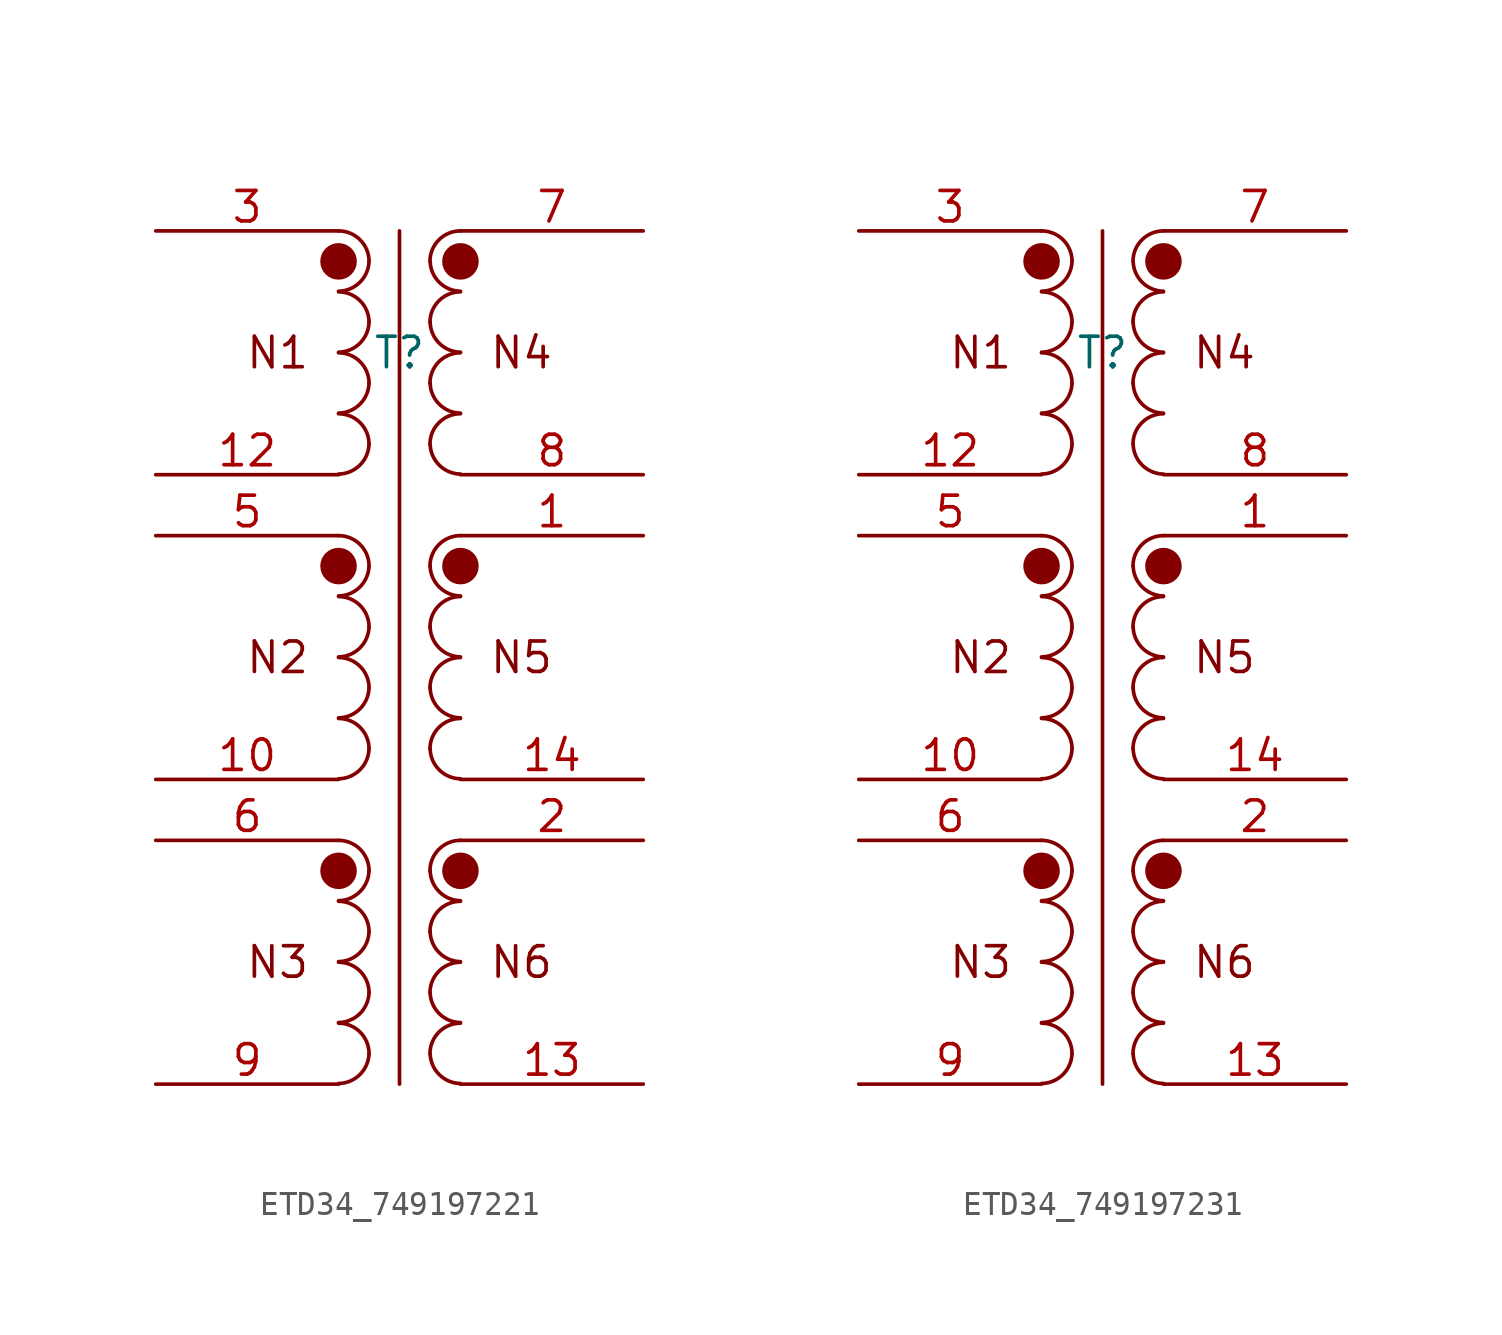
<source format=kicad_sym>
(kicad_symbol_lib
  (version 20220914)
  (generator kicad_symbol_editor)
  (symbol "ETD34_749197221"
    (pin_names hide)
    (property "Reference" "T"
      (at 0 12.7 0)
      (effects (font (size 1.27 1.27))))
    (property "Critical Parameter" ""
      (at 0 -5.08 0)
      (effects (font (size 1.27 1.27)) (justify left)))
    (symbol "ETD34_749197221_0_1"
      (arc (start -2.54 -17.7546) (mid -1.6561 -17.3863) (end -1.27 -16.51) (stroke (width 0) (type default)) (fill (type none)))
      (arc (start -2.54 -15.2146) (mid -1.6561 -14.8463) (end -1.27 -13.97) (stroke (width 0) (type default)) (fill (type none)))
      (arc (start -2.54 -12.6746) (mid -1.6561 -12.3063) (end -1.27 -11.43) (stroke (width 0) (type default)) (fill (type none)))
      (arc (start -2.54 -10.1346) (mid -1.6561 -9.7663) (end -1.27 -8.89) (stroke (width 0) (type default)) (fill (type none)))
      (arc (start -2.54 -5.0546) (mid -1.6561 -4.6863) (end -1.27 -3.81) (stroke (width 0) (type default)) (fill (type none)))
      (arc (start -2.54 -2.5146) (mid -1.6561 -2.1463) (end -1.27 -1.27) (stroke (width 0) (type default)) (fill (type none)))
      (arc (start -2.54 0.0254) (mid -1.6561 0.3937) (end -1.27 1.27) (stroke (width 0) (type default)) (fill (type none)))
      (arc (start -2.54 2.5654) (mid -1.6561 2.9337) (end -1.27 3.81) (stroke (width 0) (type default)) (fill (type none)))
      (arc (start -2.54 7.6454) (mid -1.6561 8.0137) (end -1.27 8.89) (stroke (width 0) (type default)) (fill (type none)))
      (arc (start -2.54 10.1854) (mid -1.6561 10.5537) (end -1.27 11.43) (stroke (width 0) (type default)) (fill (type none)))
      (arc (start -2.54 12.7254) (mid -1.6561 13.0937) (end -1.27 13.97) (stroke (width 0) (type default)) (fill (type none)))
      (arc (start -2.54 15.2654) (mid -1.6561 15.6337) (end -1.27 16.51) (stroke (width 0) (type default)) (fill (type none)))
      (arc (start -1.27 -16.51) (mid -1.642 -15.612) (end -2.54 -15.24) (stroke (width 0) (type default)) (fill (type none)))
      (arc (start -1.27 -13.97) (mid -1.642 -13.072) (end -2.54 -12.7) (stroke (width 0) (type default)) (fill (type none)))
      (arc (start -1.27 -11.43) (mid -1.642 -10.532) (end -2.54 -10.16) (stroke (width 0) (type default)) (fill (type none)))
      (arc (start -1.27 -8.89) (mid -1.642 -7.992) (end -2.54 -7.62) (stroke (width 0) (type default)) (fill (type none)))
      (arc (start -1.27 -3.81) (mid -1.642 -2.912) (end -2.54 -2.54) (stroke (width 0) (type default)) (fill (type none)))
      (arc (start -1.27 -1.27) (mid -1.642 -0.372) (end -2.54 0) (stroke (width 0) (type default)) (fill (type none)))
      (arc (start -1.27 1.27) (mid -1.642 2.168) (end -2.54 2.54) (stroke (width 0) (type default)) (fill (type none)))
      (arc (start -1.27 3.81) (mid -1.642 4.708) (end -2.54 5.08) (stroke (width 0) (type default)) (fill (type none)))
      (arc (start -1.27 8.89) (mid -1.642 9.788) (end -2.54 10.16) (stroke (width 0) (type default)) (fill (type none)))
      (arc (start -1.27 11.43) (mid -1.642 12.328) (end -2.54 12.7) (stroke (width 0) (type default)) (fill (type none)))
      (arc (start -1.27 13.97) (mid -1.642 14.868) (end -2.54 15.24) (stroke (width 0) (type default)) (fill (type none)))
      (arc (start -1.27 16.51) (mid -1.642 17.408) (end -2.54 17.78) (stroke (width 0) (type default)) (fill (type none)))
      (polyline (pts (xy 0 -17.78) (xy 0 17.78)) (stroke (width 0) (type default)) (fill (type none)))
      (arc (start 1.27 -16.51) (mid 1.6561 -17.3863) (end 2.54 -17.7546) (stroke (width 0) (type default)) (fill (type none)))
      (arc (start 1.27 -13.97) (mid 1.6561 -14.8463) (end 2.54 -15.2146) (stroke (width 0) (type default)) (fill (type none)))
      (arc (start 1.27 -11.43) (mid 1.6561 -12.3063) (end 2.54 -12.6746) (stroke (width 0) (type default)) (fill (type none)))
      (arc (start 1.27 -8.89) (mid 1.6561 -9.7663) (end 2.54 -10.1346) (stroke (width 0) (type default)) (fill (type none)))
      (arc (start 1.27 -3.81) (mid 1.6561 -4.6863) (end 2.54 -5.0546) (stroke (width 0) (type default)) (fill (type none)))
      (arc (start 1.27 -1.27) (mid 1.6561 -2.1463) (end 2.54 -2.5146) (stroke (width 0) (type default)) (fill (type none)))
      (arc (start 1.27 1.27) (mid 1.6561 0.3937) (end 2.54 0.0254) (stroke (width 0) (type default)) (fill (type none)))
      (arc (start 1.27 3.81) (mid 1.6561 2.9337) (end 2.54 2.5654) (stroke (width 0) (type default)) (fill (type none)))
      (arc (start 1.27 8.89) (mid 1.6561 8.0137) (end 2.54 7.6454) (stroke (width 0) (type default)) (fill (type none)))
      (arc (start 1.27 11.43) (mid 1.6561 10.5537) (end 2.54 10.1854) (stroke (width 0) (type default)) (fill (type none)))
      (arc (start 1.27 13.97) (mid 1.6561 13.0937) (end 2.54 12.7254) (stroke (width 0) (type default)) (fill (type none)))
      (arc (start 1.27 16.51) (mid 1.6561 15.6337) (end 2.54 15.2654) (stroke (width 0) (type default)) (fill (type none)))
      (arc (start 2.54 -15.24) (mid 1.642 -15.612) (end 1.27 -16.51) (stroke (width 0) (type default)) (fill (type none)))
      (arc (start 2.54 -12.7) (mid 1.642 -13.072) (end 1.27 -13.97) (stroke (width 0) (type default)) (fill (type none)))
      (arc (start 2.54 -10.16) (mid 1.642 -10.532) (end 1.27 -11.43) (stroke (width 0) (type default)) (fill (type none)))
      (arc (start 2.54 -7.62) (mid 1.642 -7.992) (end 1.27 -8.89) (stroke (width 0) (type default)) (fill (type none)))
      (arc (start 2.54 -2.54) (mid 1.642 -2.912) (end 1.27 -3.81) (stroke (width 0) (type default)) (fill (type none)))
      (arc (start 2.54 0) (mid 1.642 -0.372) (end 1.27 -1.27) (stroke (width 0) (type default)) (fill (type none)))
      (arc (start 2.54 2.54) (mid 1.642 2.168) (end 1.27 1.27) (stroke (width 0) (type default)) (fill (type none)))
      (arc (start 2.54 5.08) (mid 1.642 4.708) (end 1.27 3.81) (stroke (width 0) (type default)) (fill (type none)))
      (arc (start 2.54 10.16) (mid 1.642 9.788) (end 1.27 8.89) (stroke (width 0) (type default)) (fill (type none)))
      (arc (start 2.54 12.7) (mid 1.642 12.328) (end 1.27 11.43) (stroke (width 0) (type default)) (fill (type none)))
      (arc (start 2.54 15.24) (mid 1.642 14.868) (end 1.27 13.97) (stroke (width 0) (type default)) (fill (type none)))
      (arc (start 2.54 17.78) (mid 1.642 17.408) (end 1.27 16.51) (stroke (width 0) (type default)) (fill (type none))))
    (symbol "ETD34_749197221_1_1"
      (circle (center -2.54 -8.89) (radius 0.0001) (stroke (width 0.762) (type default)) (fill (type none)))
      (circle (center -2.54 3.81) (radius 0.0001) (stroke (width 0.762) (type default)) (fill (type none)))
      (circle (center -2.54 16.51) (radius 0.0001) (stroke (width 0.762) (type default)) (fill (type none)))
      (circle (center 2.54 -8.89) (radius 0.0001) (stroke (width 0.762) (type default)) (fill (type none)))
      (circle (center 2.54 3.81) (radius 0.0001) (stroke (width 0.762) (type default)) (fill (type none)))
      (circle (center 2.54 16.51) (radius 0.0001) (stroke (width 0.762) (type default)) (fill (type none)))
      (text "N1" (at -5.08 12.7 0) (effects (font (size 1.27 1.27))))
      (text "N2" (at -5.08 0 0) (effects (font (size 1.27 1.27))))
      (text "N3" (at -5.08 -12.7 0) (effects (font (size 1.27 1.27))))
      (text "N4" (at 5.08 12.7 0) (effects (font (size 1.27 1.27))))
      (text "N5" (at 5.08 0 0) (effects (font (size 1.27 1.27))))
      (text "N6" (at 5.08 -12.7 0) (effects (font (size 1.27 1.27))))
      (pin passive line (at -10.16 17.78 0) (length 7.62) (name "3" (effects (font (size 1.27 1.27)))) (number "3" (effects (font (size 1.27 1.27)))))
      (pin passive line (at -10.16 7.62 0) (length 7.62) (name "12" (effects (font (size 1.27 1.27)))) (number "12" (effects (font (size 1.27 1.27)))))
      (pin passive line (at -10.16 5.08 0) (length 7.62) (name "5" (effects (font (size 1.27 1.27)))) (number "5" (effects (font (size 1.27 1.27)))))
      (pin passive line (at -10.16 -5.08 0) (length 7.62) (name "10" (effects (font (size 1.27 1.27)))) (number "10" (effects (font (size 1.27 1.27)))))
      (pin passive line (at -10.16 -7.62 0) (length 7.62) (name "6" (effects (font (size 1.27 1.27)))) (number "6" (effects (font (size 1.27 1.27)))))
      (pin passive line (at -10.16 -17.78 0) (length 7.62) (name "9" (effects (font (size 1.27 1.27)))) (number "9" (effects (font (size 1.27 1.27)))))
      (pin passive line (at 10.16 -17.78 180) (length 7.62) (name "13" (effects (font (size 1.27 1.27)))) (number "13" (effects (font (size 1.27 1.27)))))
      (pin passive line (at 10.16 -7.62 180) (length 7.62) (name "2" (effects (font (size 1.27 1.27)))) (number "2" (effects (font (size 1.27 1.27)))))
      (pin passive line (at 10.16 -5.08 180) (length 7.62) (name "14" (effects (font (size 1.27 1.27)))) (number "14" (effects (font (size 1.27 1.27)))))
      (pin passive line (at 10.16 5.08 180) (length 7.62) (name "1" (effects (font (size 1.27 1.27)))) (number "1" (effects (font (size 1.27 1.27)))))
      (pin passive line (at 10.16 7.62 180) (length 7.62) (name "8" (effects (font (size 1.27 1.27)))) (number "8" (effects (font (size 1.27 1.27)))))
      (pin passive line (at 10.16 17.78 180) (length 7.62) (name "7" (effects (font (size 1.27 1.27)))) (number "7" (effects (font (size 1.27 1.27)))))))
  (symbol "ETD34_749197231"
    (pin_names hide)
    (property "Reference" "T"
      (at 0 12.7 0)
      (effects (font (size 1.27 1.27))))
    (property "Critical Parameter" ""
      (at 0 -5.08 0)
      (effects (font (size 1.27 1.27)) (justify left)))
    (symbol "ETD34_749197231_0_1"
      (arc (start -2.54 -17.7546) (mid -1.6561 -17.3863) (end -1.27 -16.51) (stroke (width 0) (type default)) (fill (type none)))
      (arc (start -2.54 -15.2146) (mid -1.6561 -14.8463) (end -1.27 -13.97) (stroke (width 0) (type default)) (fill (type none)))
      (arc (start -2.54 -12.6746) (mid -1.6561 -12.3063) (end -1.27 -11.43) (stroke (width 0) (type default)) (fill (type none)))
      (arc (start -2.54 -10.1346) (mid -1.6561 -9.7663) (end -1.27 -8.89) (stroke (width 0) (type default)) (fill (type none)))
      (arc (start -2.54 -5.0546) (mid -1.6561 -4.6863) (end -1.27 -3.81) (stroke (width 0) (type default)) (fill (type none)))
      (arc (start -2.54 -2.5146) (mid -1.6561 -2.1463) (end -1.27 -1.27) (stroke (width 0) (type default)) (fill (type none)))
      (arc (start -2.54 0.0254) (mid -1.6561 0.3937) (end -1.27 1.27) (stroke (width 0) (type default)) (fill (type none)))
      (arc (start -2.54 2.5654) (mid -1.6561 2.9337) (end -1.27 3.81) (stroke (width 0) (type default)) (fill (type none)))
      (arc (start -2.54 7.6454) (mid -1.6561 8.0137) (end -1.27 8.89) (stroke (width 0) (type default)) (fill (type none)))
      (arc (start -2.54 10.1854) (mid -1.6561 10.5537) (end -1.27 11.43) (stroke (width 0) (type default)) (fill (type none)))
      (arc (start -2.54 12.7254) (mid -1.6561 13.0937) (end -1.27 13.97) (stroke (width 0) (type default)) (fill (type none)))
      (arc (start -2.54 15.2654) (mid -1.6561 15.6337) (end -1.27 16.51) (stroke (width 0) (type default)) (fill (type none)))
      (arc (start -1.27 -16.51) (mid -1.642 -15.612) (end -2.54 -15.24) (stroke (width 0) (type default)) (fill (type none)))
      (arc (start -1.27 -13.97) (mid -1.642 -13.072) (end -2.54 -12.7) (stroke (width 0) (type default)) (fill (type none)))
      (arc (start -1.27 -11.43) (mid -1.642 -10.532) (end -2.54 -10.16) (stroke (width 0) (type default)) (fill (type none)))
      (arc (start -1.27 -8.89) (mid -1.642 -7.992) (end -2.54 -7.62) (stroke (width 0) (type default)) (fill (type none)))
      (arc (start -1.27 -3.81) (mid -1.642 -2.912) (end -2.54 -2.54) (stroke (width 0) (type default)) (fill (type none)))
      (arc (start -1.27 -1.27) (mid -1.642 -0.372) (end -2.54 0) (stroke (width 0) (type default)) (fill (type none)))
      (arc (start -1.27 1.27) (mid -1.642 2.168) (end -2.54 2.54) (stroke (width 0) (type default)) (fill (type none)))
      (arc (start -1.27 3.81) (mid -1.642 4.708) (end -2.54 5.08) (stroke (width 0) (type default)) (fill (type none)))
      (arc (start -1.27 8.89) (mid -1.642 9.788) (end -2.54 10.16) (stroke (width 0) (type default)) (fill (type none)))
      (arc (start -1.27 11.43) (mid -1.642 12.328) (end -2.54 12.7) (stroke (width 0) (type default)) (fill (type none)))
      (arc (start -1.27 13.97) (mid -1.642 14.868) (end -2.54 15.24) (stroke (width 0) (type default)) (fill (type none)))
      (arc (start -1.27 16.51) (mid -1.642 17.408) (end -2.54 17.78) (stroke (width 0) (type default)) (fill (type none)))
      (polyline (pts (xy 0 -17.78) (xy 0 17.78)) (stroke (width 0) (type default)) (fill (type none)))
      (arc (start 1.27 -16.51) (mid 1.6561 -17.3863) (end 2.54 -17.7546) (stroke (width 0) (type default)) (fill (type none)))
      (arc (start 1.27 -13.97) (mid 1.6561 -14.8463) (end 2.54 -15.2146) (stroke (width 0) (type default)) (fill (type none)))
      (arc (start 1.27 -11.43) (mid 1.6561 -12.3063) (end 2.54 -12.6746) (stroke (width 0) (type default)) (fill (type none)))
      (arc (start 1.27 -8.89) (mid 1.6561 -9.7663) (end 2.54 -10.1346) (stroke (width 0) (type default)) (fill (type none)))
      (arc (start 1.27 -3.81) (mid 1.6561 -4.6863) (end 2.54 -5.0546) (stroke (width 0) (type default)) (fill (type none)))
      (arc (start 1.27 -1.27) (mid 1.6561 -2.1463) (end 2.54 -2.5146) (stroke (width 0) (type default)) (fill (type none)))
      (arc (start 1.27 1.27) (mid 1.6561 0.3937) (end 2.54 0.0254) (stroke (width 0) (type default)) (fill (type none)))
      (arc (start 1.27 3.81) (mid 1.6561 2.9337) (end 2.54 2.5654) (stroke (width 0) (type default)) (fill (type none)))
      (arc (start 1.27 8.89) (mid 1.6561 8.0137) (end 2.54 7.6454) (stroke (width 0) (type default)) (fill (type none)))
      (arc (start 1.27 11.43) (mid 1.6561 10.5537) (end 2.54 10.1854) (stroke (width 0) (type default)) (fill (type none)))
      (arc (start 1.27 13.97) (mid 1.6561 13.0937) (end 2.54 12.7254) (stroke (width 0) (type default)) (fill (type none)))
      (arc (start 1.27 16.51) (mid 1.6561 15.6337) (end 2.54 15.2654) (stroke (width 0) (type default)) (fill (type none)))
      (arc (start 2.54 -15.24) (mid 1.642 -15.612) (end 1.27 -16.51) (stroke (width 0) (type default)) (fill (type none)))
      (arc (start 2.54 -12.7) (mid 1.642 -13.072) (end 1.27 -13.97) (stroke (width 0) (type default)) (fill (type none)))
      (arc (start 2.54 -10.16) (mid 1.642 -10.532) (end 1.27 -11.43) (stroke (width 0) (type default)) (fill (type none)))
      (arc (start 2.54 -7.62) (mid 1.642 -7.992) (end 1.27 -8.89) (stroke (width 0) (type default)) (fill (type none)))
      (arc (start 2.54 -2.54) (mid 1.642 -2.912) (end 1.27 -3.81) (stroke (width 0) (type default)) (fill (type none)))
      (arc (start 2.54 0) (mid 1.642 -0.372) (end 1.27 -1.27) (stroke (width 0) (type default)) (fill (type none)))
      (arc (start 2.54 2.54) (mid 1.642 2.168) (end 1.27 1.27) (stroke (width 0) (type default)) (fill (type none)))
      (arc (start 2.54 5.08) (mid 1.642 4.708) (end 1.27 3.81) (stroke (width 0) (type default)) (fill (type none)))
      (arc (start 2.54 10.16) (mid 1.642 9.788) (end 1.27 8.89) (stroke (width 0) (type default)) (fill (type none)))
      (arc (start 2.54 12.7) (mid 1.642 12.328) (end 1.27 11.43) (stroke (width 0) (type default)) (fill (type none)))
      (arc (start 2.54 15.24) (mid 1.642 14.868) (end 1.27 13.97) (stroke (width 0) (type default)) (fill (type none)))
      (arc (start 2.54 17.78) (mid 1.642 17.408) (end 1.27 16.51) (stroke (width 0) (type default)) (fill (type none))))
    (symbol "ETD34_749197231_1_1"
      (circle (center -2.54 -8.89) (radius 0.0001) (stroke (width 0.762) (type default)) (fill (type none)))
      (circle (center -2.54 3.81) (radius 0.0001) (stroke (width 0.762) (type default)) (fill (type none)))
      (circle (center -2.54 16.51) (radius 0.0001) (stroke (width 0.762) (type default)) (fill (type none)))
      (circle (center 2.54 -8.89) (radius 0.0001) (stroke (width 0.762) (type default)) (fill (type none)))
      (circle (center 2.54 3.81) (radius 0.0001) (stroke (width 0.762) (type default)) (fill (type none)))
      (circle (center 2.54 16.51) (radius 0.0001) (stroke (width 0.762) (type default)) (fill (type none)))
      (text "N1" (at -5.08 12.7 0) (effects (font (size 1.27 1.27))))
      (text "N2" (at -5.08 0 0) (effects (font (size 1.27 1.27))))
      (text "N3" (at -5.08 -12.7 0) (effects (font (size 1.27 1.27))))
      (text "N4" (at 5.08 12.7 0) (effects (font (size 1.27 1.27))))
      (text "N5" (at 5.08 0 0) (effects (font (size 1.27 1.27))))
      (text "N6" (at 5.08 -12.7 0) (effects (font (size 1.27 1.27))))
      (pin passive line (at -10.16 17.78 0) (length 7.62) (name "3" (effects (font (size 1.27 1.27)))) (number "3" (effects (font (size 1.27 1.27)))))
      (pin passive line (at -10.16 7.62 0) (length 7.62) (name "12" (effects (font (size 1.27 1.27)))) (number "12" (effects (font (size 1.27 1.27)))))
      (pin passive line (at -10.16 5.08 0) (length 7.62) (name "5" (effects (font (size 1.27 1.27)))) (number "5" (effects (font (size 1.27 1.27)))))
      (pin passive line (at -10.16 -5.08 0) (length 7.62) (name "10" (effects (font (size 1.27 1.27)))) (number "10" (effects (font (size 1.27 1.27)))))
      (pin passive line (at -10.16 -7.62 0) (length 7.62) (name "6" (effects (font (size 1.27 1.27)))) (number "6" (effects (font (size 1.27 1.27)))))
      (pin passive line (at -10.16 -17.78 0) (length 7.62) (name "9" (effects (font (size 1.27 1.27)))) (number "9" (effects (font (size 1.27 1.27)))))
      (pin passive line (at 10.16 -17.78 180) (length 7.62) (name "13" (effects (font (size 1.27 1.27)))) (number "13" (effects (font (size 1.27 1.27)))))
      (pin passive line (at 10.16 -7.62 180) (length 7.62) (name "2" (effects (font (size 1.27 1.27)))) (number "2" (effects (font (size 1.27 1.27)))))
      (pin passive line (at 10.16 -5.08 180) (length 7.62) (name "14" (effects (font (size 1.27 1.27)))) (number "14" (effects (font (size 1.27 1.27)))))
      (pin passive line (at 10.16 5.08 180) (length 7.62) (name "1" (effects (font (size 1.27 1.27)))) (number "1" (effects (font (size 1.27 1.27)))))
      (pin passive line (at 10.16 7.62 180) (length 7.62) (name "8" (effects (font (size 1.27 1.27)))) (number "8" (effects (font (size 1.27 1.27)))))
      (pin passive line (at 10.16 17.78 180) (length 7.62) (name "7" (effects (font (size 1.27 1.27)))) (number "7" (effects (font (size 1.27 1.27))))))))
</source>
